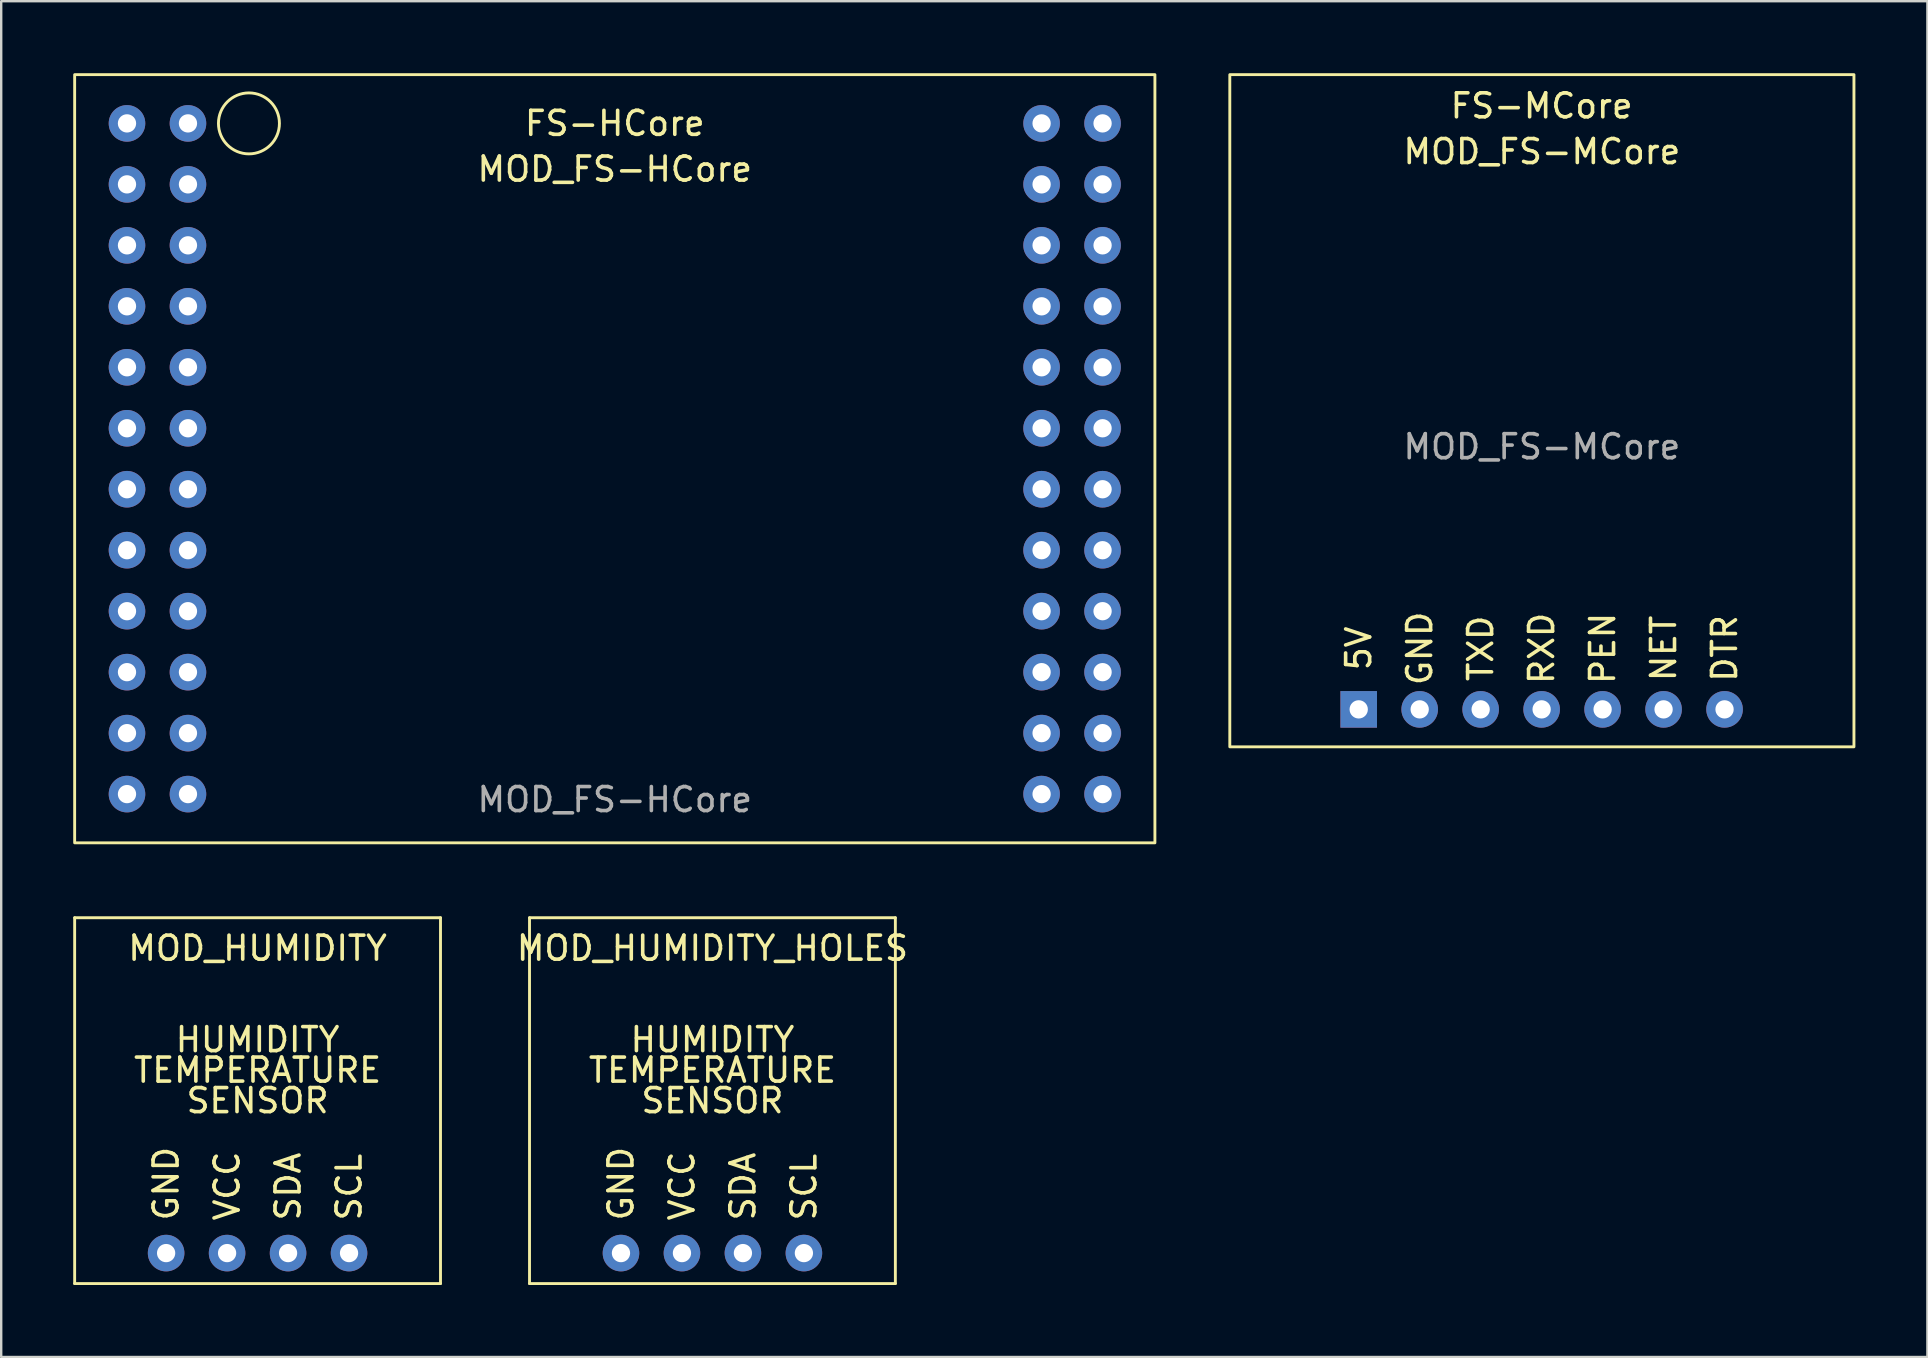
<source format=kicad_pcb>
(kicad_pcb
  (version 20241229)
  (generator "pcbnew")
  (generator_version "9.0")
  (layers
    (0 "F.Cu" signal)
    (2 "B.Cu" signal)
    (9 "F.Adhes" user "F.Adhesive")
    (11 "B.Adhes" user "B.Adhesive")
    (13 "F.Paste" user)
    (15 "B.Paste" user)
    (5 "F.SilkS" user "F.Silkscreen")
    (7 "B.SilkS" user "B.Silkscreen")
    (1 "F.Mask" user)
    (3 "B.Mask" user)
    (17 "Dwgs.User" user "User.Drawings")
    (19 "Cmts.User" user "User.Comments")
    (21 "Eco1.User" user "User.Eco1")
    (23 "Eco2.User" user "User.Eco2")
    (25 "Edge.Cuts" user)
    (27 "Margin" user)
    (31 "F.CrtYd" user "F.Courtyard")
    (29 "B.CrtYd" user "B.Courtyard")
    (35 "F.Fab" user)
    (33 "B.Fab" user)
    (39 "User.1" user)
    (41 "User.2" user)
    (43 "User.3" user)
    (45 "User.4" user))
  (footprint "MOD_HUMIDITY"
    (layer "F.Cu")
    (at 7.68 42.8)
    (property "Reference" "MOD_HUMIDITY" (at 0 -6.35 0) (layer "F.SilkS") (effects (font (size 1 1) (thickness 0.15))))
    (attr through_hole)
    (fp_line (start -7.62 -7.62) (end -7.62 7.62) (stroke (width 0.12) (type solid)) (layer "F.SilkS"))
    (fp_line (start -7.62 7.62) (end 7.62 7.62) (stroke (width 0.12) (type solid)) (layer "F.SilkS"))
    (fp_line (start 7.62 -7.62) (end -7.62 -7.62) (stroke (width 0.12) (type solid)) (layer "F.SilkS"))
    (fp_line (start 7.62 7.62) (end 7.62 -7.62) (stroke (width 0.12) (type solid)) (layer "F.SilkS"))
    (fp_text user "GND" (at -3.81 5.08 90) (layer "F.SilkS") (effects (font (size 1 1) (thickness 0.15)) (justify left)))
    (fp_text user "HUMIDITY" (at 0 -2.54 0) (layer "F.SilkS") (effects (font (size 1 1) (thickness 0.15))))
    (fp_text user "TEMPERATURE" (at 0 -1.27 0) (layer "F.SilkS") (effects (font (size 1 1) (thickness 0.15))))
    (fp_text user "SENSOR" (at 0 0 0) (layer "F.SilkS") (effects (font (size 1 1) (thickness 0.15))))
    (fp_text user "SCL" (at 3.81 5.08 90) (layer "F.SilkS") (effects (font (size 1 1) (thickness 0.15)) (justify left)))
    (fp_text user "SDA" (at 1.27 5.08 90) (layer "F.SilkS") (effects (font (size 1 1) (thickness 0.15)) (justify left)))
    (fp_text user "VCC" (at -1.27 5.08 90) (layer "F.SilkS") (effects (font (size 1 1) (thickness 0.15)) (justify left)))
    (pad "1" thru_hole circle (at -3.81 6.35) (size 1.524 1.524) (drill 0.762) (layers "*.Cu" "*.Mask"))
    (pad "2" thru_hole circle (at -1.27 6.35) (size 1.524 1.524) (drill 0.762) (layers "*.Cu" "*.Mask"))
    (pad "3" thru_hole circle (at 1.27 6.35) (size 1.524 1.524) (drill 0.762) (layers "*.Cu" "*.Mask"))
    (pad "4" thru_hole circle (at 3.81 6.35) (size 1.524 1.524) (drill 0.762) (layers "*.Cu" "*.Mask")))
  (footprint "MOD_HUMIDITY_HOLES"
    (layer "F.Cu")
    (at 26.628 42.8)
    (property "Reference" "MOD_HUMIDITY_HOLES" (at 0 -6.35 0) (layer "F.SilkS") (effects (font (size 1 1) (thickness 0.15))))
    (attr through_hole)
    (fp_line (start -7.62 -7.62) (end -7.62 7.62) (stroke (width 0.12) (type solid)) (layer "F.SilkS"))
    (fp_line (start -7.62 7.62) (end 7.62 7.62) (stroke (width 0.12) (type solid)) (layer "F.SilkS"))
    (fp_line (start 7.62 -7.62) (end -7.62 -7.62) (stroke (width 0.12) (type solid)) (layer "F.SilkS"))
    (fp_line (start 7.62 7.62) (end 7.62 -7.62) (stroke (width 0.12) (type solid)) (layer "F.SilkS"))
    (fp_text user "GND" (at -3.81 5.08 90) (layer "F.SilkS") (effects (font (size 1 1) (thickness 0.15)) (justify left)))
    (fp_text user "SENSOR" (at 0 0 0) (layer "F.SilkS") (effects (font (size 1 1) (thickness 0.15))))
    (fp_text user "SCL" (at 3.81 5.08 90) (layer "F.SilkS") (effects (font (size 1 1) (thickness 0.15)) (justify left)))
    (fp_text user "HUMIDITY" (at 0 -2.54 0) (layer "F.SilkS") (effects (font (size 1 1) (thickness 0.15))))
    (fp_text user "VCC" (at -1.27 5.08 90) (layer "F.SilkS") (effects (font (size 1 1) (thickness 0.15)) (justify left)))
    (fp_text user "SDA" (at 1.27 5.08 90) (layer "F.SilkS") (effects (font (size 1 1) (thickness 0.15)) (justify left)))
    (fp_text user "TEMPERATURE" (at 0 -1.27 0) (layer "F.SilkS") (effects (font (size 1 1) (thickness 0.15))))
    (pad "1" thru_hole circle (at -3.81 6.35) (size 1.524 1.524) (drill 0.762) (layers "*.Cu" "*.Mask"))
    (pad "2" thru_hole circle (at -1.27 6.35) (size 1.524 1.524) (drill 0.762) (layers "*.Cu" "*.Mask"))
    (pad "3" thru_hole circle (at 1.27 6.35) (size 1.524 1.524) (drill 0.762) (layers "*.Cu" "*.Mask"))
    (pad "4" thru_hole circle (at 3.81 6.35) (size 1.524 1.524) (drill 0.762) (layers "*.Cu" "*.Mask")))
  (footprint "MOD_FS-HCore"
    (layer "F.Cu")
    (at 22.56 16.06)
    (property "Reference" "MOD_FS-HCore" (at 0 -12.065 0) (unlocked yes) (layer "F.SilkS") (effects (font (size 1 1) (thickness 0.15))))
    (attr through_hole)
    (fp_rect (start -22.5 -16) (end 22.5 16) (stroke (width 0.12) (type default)) (fill no) (layer "F.SilkS"))
    (fp_circle (center -15.24 -13.97) (end -15.24 -15.24) (stroke (width 0.12) (type default)) (fill no) (layer "F.SilkS"))
    (fp_text user "FS-HCore" (at 0 -13.97 0) (unlocked yes) (layer "F.SilkS") (effects (font (size 1 1) (thickness 0.15))))
    (fp_text user "${REFERENCE}" (at 0 14.2 0) (unlocked yes) (layer "F.Fab") (effects (font (size 1 1) (thickness 0.15))))
    (pad "1" thru_hole circle (at -20.32 -13.97) (size 1.524 1.524) (drill 0.762) (layers "*.Cu" "*.Mask"))
    (pad "2" thru_hole circle (at -20.32 -11.43) (size 1.524 1.524) (drill 0.762) (layers "*.Cu" "*.Mask"))
    (pad "3" thru_hole circle (at -20.32 -8.89) (size 1.524 1.524) (drill 0.762) (layers "*.Cu" "*.Mask"))
    (pad "4" thru_hole circle (at -20.32 -6.35) (size 1.524 1.524) (drill 0.762) (layers "*.Cu" "*.Mask"))
    (pad "5" thru_hole circle (at -20.32 -3.81) (size 1.524 1.524) (drill 0.762) (layers "*.Cu" "*.Mask"))
    (pad "6" thru_hole circle (at -20.32 -1.27) (size 1.524 1.524) (drill 0.762) (layers "*.Cu" "*.Mask"))
    (pad "7" thru_hole circle (at -20.32 1.27) (size 1.524 1.524) (drill 0.762) (layers "*.Cu" "*.Mask"))
    (pad "8" thru_hole circle (at -20.32 3.81) (size 1.524 1.524) (drill 0.762) (layers "*.Cu" "*.Mask"))
    (pad "9" thru_hole circle (at -20.32 6.35) (size 1.524 1.524) (drill 0.762) (layers "*.Cu" "*.Mask"))
    (pad "10" thru_hole circle (at -20.32 8.89) (size 1.524 1.524) (drill 0.762) (layers "*.Cu" "*.Mask"))
    (pad "11" thru_hole circle (at -20.32 11.43) (size 1.524 1.524) (drill 0.762) (layers "*.Cu" "*.Mask"))
    (pad "12" thru_hole circle (at -20.32 13.97) (size 1.524 1.524) (drill 0.762) (layers "*.Cu" "*.Mask"))
    (pad "13" thru_hole circle (at -17.78 -13.97) (size 1.524 1.524) (drill 0.762) (layers "*.Cu" "*.Mask"))
    (pad "14" thru_hole circle (at -17.78 -11.43) (size 1.524 1.524) (drill 0.762) (layers "*.Cu" "*.Mask"))
    (pad "15" thru_hole circle (at -17.78 -8.89) (size 1.524 1.524) (drill 0.762) (layers "*.Cu" "*.Mask"))
    (pad "16" thru_hole circle (at -17.78 -6.35) (size 1.524 1.524) (drill 0.762) (layers "*.Cu" "*.Mask"))
    (pad "17" thru_hole circle (at -17.78 -3.81) (size 1.524 1.524) (drill 0.762) (layers "*.Cu" "*.Mask"))
    (pad "18" thru_hole circle (at -17.78 -1.27) (size 1.524 1.524) (drill 0.762) (layers "*.Cu" "*.Mask"))
    (pad "19" thru_hole circle (at -17.78 1.27) (size 1.524 1.524) (drill 0.762) (layers "*.Cu" "*.Mask"))
    (pad "20" thru_hole circle (at -17.78 3.81) (size 1.524 1.524) (drill 0.762) (layers "*.Cu" "*.Mask"))
    (pad "21" thru_hole circle (at -17.78 6.35) (size 1.524 1.524) (drill 0.762) (layers "*.Cu" "*.Mask"))
    (pad "22" thru_hole circle (at -17.78 8.89) (size 1.524 1.524) (drill 0.762) (layers "*.Cu" "*.Mask"))
    (pad "23" thru_hole circle (at -17.78 11.43) (size 1.524 1.524) (drill 0.762) (layers "*.Cu" "*.Mask"))
    (pad "24" thru_hole circle (at -17.78 13.97) (size 1.524 1.524) (drill 0.762) (layers "*.Cu" "*.Mask"))
    (pad "25" thru_hole circle (at 17.78 -13.97) (size 1.524 1.524) (drill 0.762) (layers "*.Cu" "*.Mask"))
    (pad "26" thru_hole circle (at 17.78 -11.43) (size 1.524 1.524) (drill 0.762) (layers "*.Cu" "*.Mask"))
    (pad "27" thru_hole circle (at 17.78 -8.89) (size 1.524 1.524) (drill 0.762) (layers "*.Cu" "*.Mask"))
    (pad "28" thru_hole circle (at 17.78 -6.35) (size 1.524 1.524) (drill 0.762) (layers "*.Cu" "*.Mask"))
    (pad "29" thru_hole circle (at 17.78 -3.81) (size 1.524 1.524) (drill 0.762) (layers "*.Cu" "*.Mask"))
    (pad "30" thru_hole circle (at 17.78 -1.27) (size 1.524 1.524) (drill 0.762) (layers "*.Cu" "*.Mask"))
    (pad "31" thru_hole circle (at 17.78 1.27) (size 1.524 1.524) (drill 0.762) (layers "*.Cu" "*.Mask"))
    (pad "32" thru_hole circle (at 17.78 3.81) (size 1.524 1.524) (drill 0.762) (layers "*.Cu" "*.Mask"))
    (pad "33" thru_hole circle (at 17.78 6.35) (size 1.524 1.524) (drill 0.762) (layers "*.Cu" "*.Mask"))
    (pad "34" thru_hole circle (at 17.78 8.89) (size 1.524 1.524) (drill 0.762) (layers "*.Cu" "*.Mask"))
    (pad "35" thru_hole circle (at 17.78 11.43) (size 1.524 1.524) (drill 0.762) (layers "*.Cu" "*.Mask"))
    (pad "36" thru_hole circle (at 17.78 13.97) (size 1.524 1.524) (drill 0.762) (layers "*.Cu" "*.Mask"))
    (pad "37" thru_hole circle (at 20.32 -13.97) (size 1.524 1.524) (drill 0.762) (layers "*.Cu" "*.Mask"))
    (pad "38" thru_hole circle (at 20.32 -11.43) (size 1.524 1.524) (drill 0.762) (layers "*.Cu" "*.Mask"))
    (pad "39" thru_hole circle (at 20.32 -8.89) (size 1.524 1.524) (drill 0.762) (layers "*.Cu" "*.Mask"))
    (pad "40" thru_hole circle (at 20.32 -6.35) (size 1.524 1.524) (drill 0.762) (layers "*.Cu" "*.Mask"))
    (pad "41" thru_hole circle (at 20.32 -3.81) (size 1.524 1.524) (drill 0.762) (layers "*.Cu" "*.Mask"))
    (pad "42" thru_hole circle (at 20.32 -1.27) (size 1.524 1.524) (drill 0.762) (layers "*.Cu" "*.Mask"))
    (pad "43" thru_hole circle (at 20.32 1.27) (size 1.524 1.524) (drill 0.762) (layers "*.Cu" "*.Mask"))
    (pad "44" thru_hole circle (at 20.32 3.81) (size 1.524 1.524) (drill 0.762) (layers "*.Cu" "*.Mask"))
    (pad "45" thru_hole circle (at 20.32 6.35) (size 1.524 1.524) (drill 0.762) (layers "*.Cu" "*.Mask"))
    (pad "46" thru_hole circle (at 20.32 8.89) (size 1.524 1.524) (drill 0.762) (layers "*.Cu" "*.Mask"))
    (pad "47" thru_hole circle (at 20.32 11.43) (size 1.524 1.524) (drill 0.762) (layers "*.Cu" "*.Mask"))
    (pad "48" thru_hole circle (at 20.32 13.97) (size 1.524 1.524) (drill 0.762) (layers "*.Cu" "*.Mask")))
  (footprint "MOD_FS-MCore"
    (layer "F.Cu")
    (at 61.18 14.06)
    (property "Reference" "MOD_FS-MCore" (at 0 -10.795 0) (unlocked yes) (layer "F.SilkS") (effects (font (size 1 1) (thickness 0.15))))
    (attr through_hole)
    (fp_rect (start -13 -14) (end 13 14) (stroke (width 0.12) (type default)) (fill no) (layer "F.SilkS"))
    (fp_text user "PEN" (at 2.53 9.9 90) (unlocked yes) (layer "F.SilkS") (effects (font (size 1 1) (thickness 0.15))))
    (fp_text user "GND" (at -5.09 9.9 90) (unlocked yes) (layer "F.SilkS") (effects (font (size 1 1) (thickness 0.15))))
    (fp_text user "FS-MCore" (at -0.01 -12.7 0) (unlocked yes) (layer "F.SilkS") (effects (font (size 1 1) (thickness 0.15))))
    (fp_text user "RXD" (at -0.01 9.9 90) (unlocked yes) (layer "F.SilkS") (effects (font (size 1 1) (thickness 0.15))))
    (fp_text user "5V" (at -7.63 9.9 90) (unlocked yes) (layer "F.SilkS") (effects (font (size 1 1) (thickness 0.15))))
    (fp_text user "DTR" (at 7.61 9.9 90) (unlocked yes) (layer "F.SilkS") (effects (font (size 1 1) (thickness 0.15))))
    (fp_text user "NET" (at 5.07 9.9 90) (unlocked yes) (layer "F.SilkS") (effects (font (size 1 1) (thickness 0.15))))
    (fp_text user "TXD" (at -2.55 9.9 90) (unlocked yes) (layer "F.SilkS") (effects (font (size 1 1) (thickness 0.15))))
    (fp_text user "${REFERENCE}" (at 0 1.5 0) (unlocked yes) (layer "F.Fab") (effects (font (size 1 1) (thickness 0.15))))
    (pad "1" thru_hole rect (at -7.63 12.44) (size 1.524 1.524) (drill 0.762) (layers "*.Cu" "*.Mask"))
    (pad "2" thru_hole circle (at -5.09 12.44) (size 1.524 1.524) (drill 0.762) (layers "*.Cu" "*.Mask"))
    (pad "3" thru_hole circle (at -2.55 12.44) (size 1.524 1.524) (drill 0.762) (layers "*.Cu" "*.Mask"))
    (pad "4" thru_hole circle (at -0.01 12.44) (size 1.524 1.524) (drill 0.762) (layers "*.Cu" "*.Mask"))
    (pad "5" thru_hole circle (at 2.53 12.44) (size 1.524 1.524) (drill 0.762) (layers "*.Cu" "*.Mask"))
    (pad "6" thru_hole circle (at 5.07 12.44) (size 1.524 1.524) (drill 0.762) (layers "*.Cu" "*.Mask"))
    (pad "7" thru_hole circle (at 7.61 12.44) (size 1.524 1.524) (drill 0.762) (layers "*.Cu" "*.Mask")))
  (gr_rect
    (start -3 -3)
    (end 77.24 53.48)
    (stroke (width 0.1) (type default))
    (fill no)
    (layer "Edge.Cuts")))
</source>
